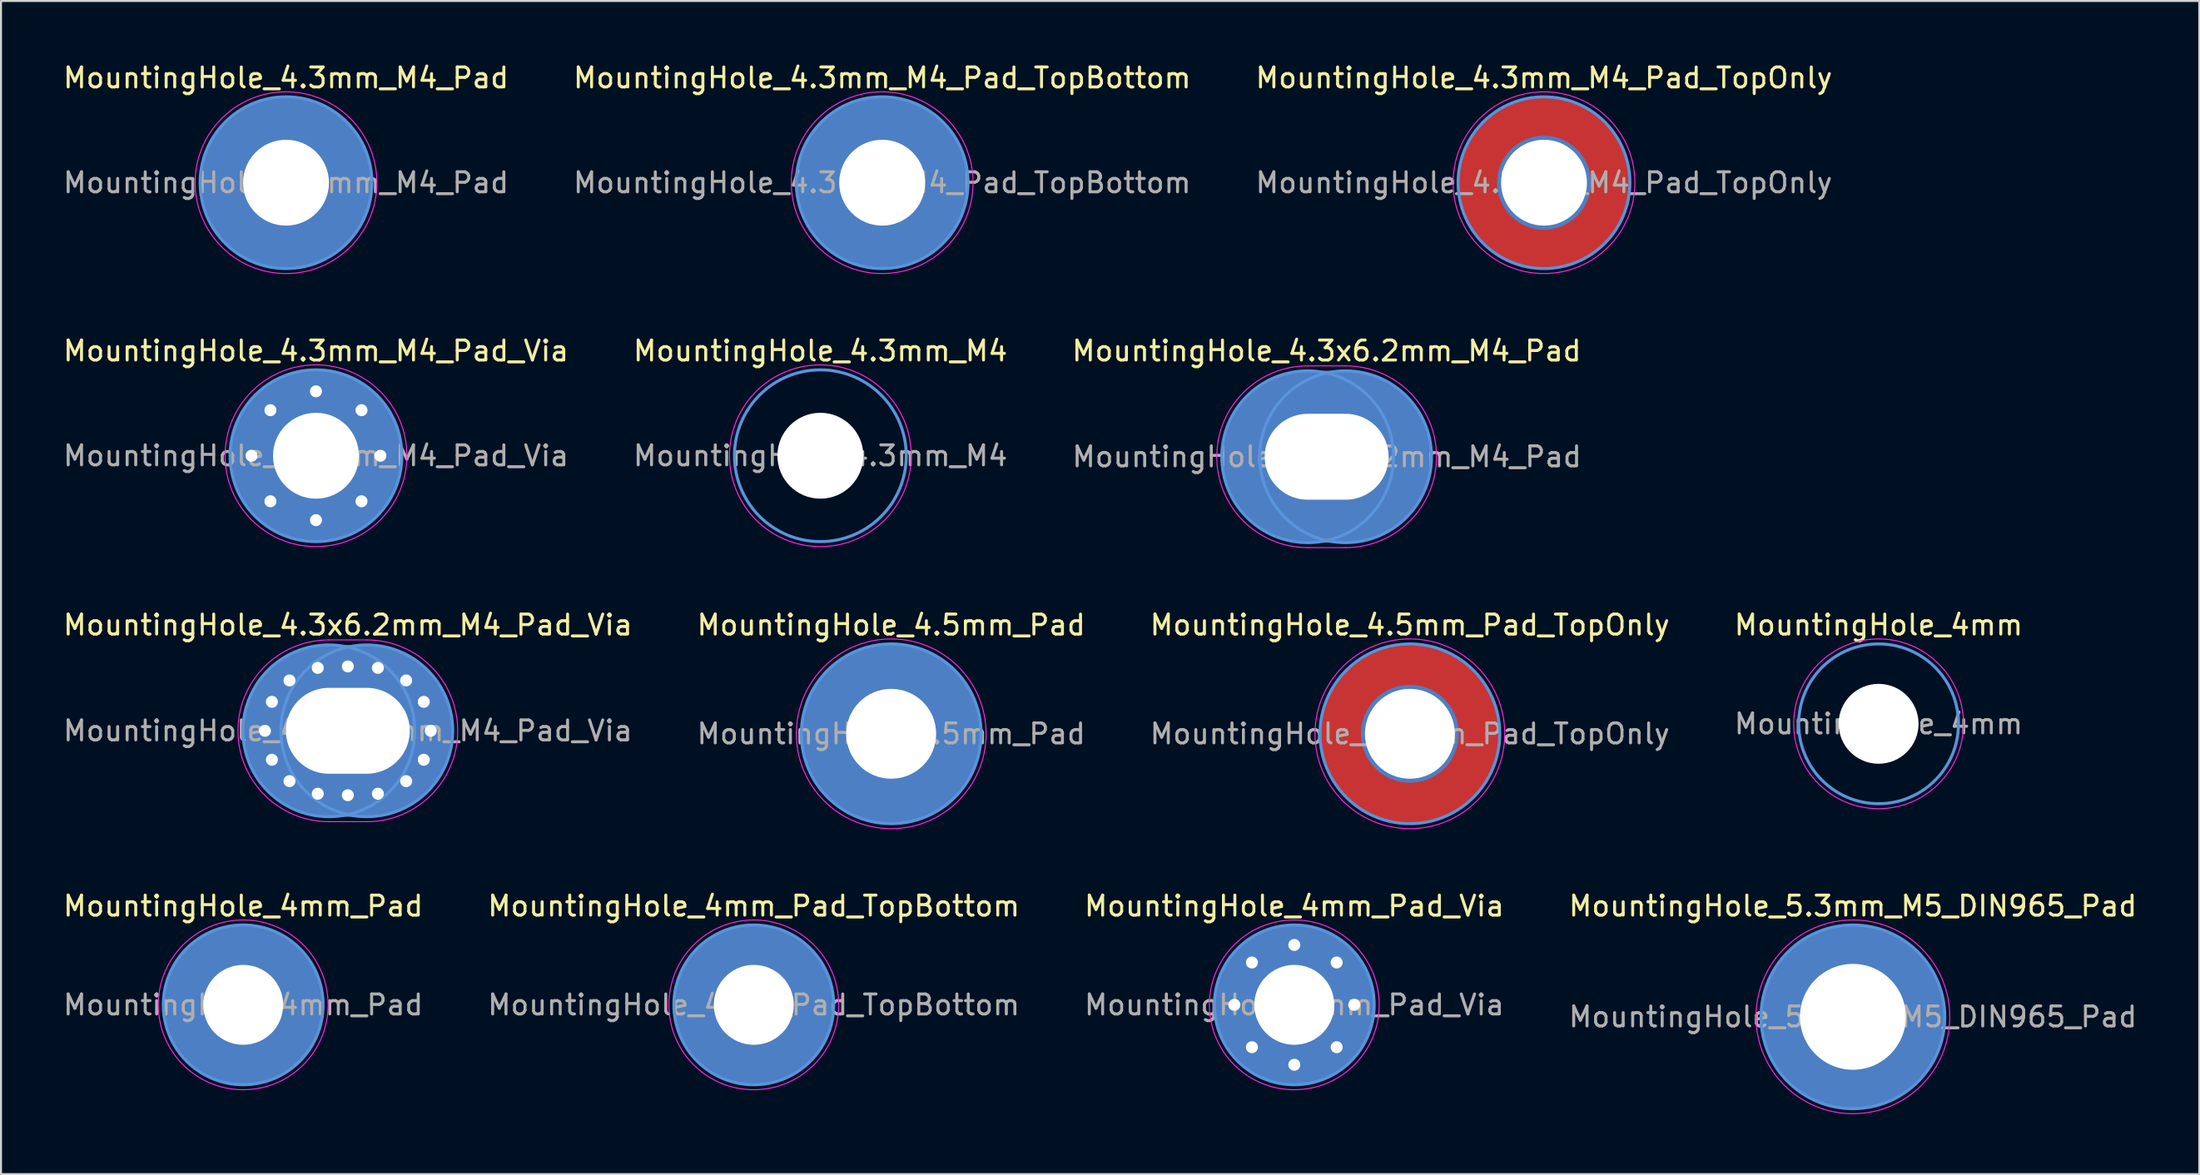
<source format=kicad_pcb>
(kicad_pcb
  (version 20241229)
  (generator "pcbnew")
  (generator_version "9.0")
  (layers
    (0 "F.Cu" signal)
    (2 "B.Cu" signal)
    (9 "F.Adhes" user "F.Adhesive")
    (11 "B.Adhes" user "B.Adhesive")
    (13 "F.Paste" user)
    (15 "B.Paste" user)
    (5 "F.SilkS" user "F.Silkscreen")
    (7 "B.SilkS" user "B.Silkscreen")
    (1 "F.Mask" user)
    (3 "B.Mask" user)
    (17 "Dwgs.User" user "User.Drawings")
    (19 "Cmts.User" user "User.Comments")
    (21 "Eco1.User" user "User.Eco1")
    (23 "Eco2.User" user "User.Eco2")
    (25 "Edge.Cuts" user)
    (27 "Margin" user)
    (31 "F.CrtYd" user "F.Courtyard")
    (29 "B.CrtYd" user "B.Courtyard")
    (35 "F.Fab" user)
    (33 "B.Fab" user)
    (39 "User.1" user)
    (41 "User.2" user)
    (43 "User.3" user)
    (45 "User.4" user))
  (footprint "MountingHole_4.3mm_M4_Pad_Via"
    (layer "F.Cu")
    (at 12.768 19.771)
    (property "Reference" "MountingHole_4.3mm_M4_Pad_Via" (at 0 -5.25 0) (layer "F.SilkS") (effects (font (size 1 1) (thickness 0.15))))
    (attr exclude_from_pos_files exclude_from_bom)
    (fp_circle (center 0 0) (end 4.3 0) (stroke (width 0.15) (type solid)) (fill no) (layer "Cmts.User"))
    (fp_circle (center 0 0) (end 4.55 0) (stroke (width 0.05) (type solid)) (fill no) (layer "F.CrtYd"))
    (fp_text user "${REFERENCE}" (at 0 0 0) (layer "F.Fab") (effects (font (size 1 1) (thickness 0.15))))
    (pad "1" thru_hole circle (at -3.225 0) (size 0.9 0.9) (drill 0.6) (layers "*.Cu" "*.Mask"))
    (pad "1" thru_hole circle (at -2.28 -2.28) (size 0.9 0.9) (drill 0.6) (layers "*.Cu" "*.Mask"))
    (pad "1" thru_hole circle (at -2.28 2.28) (size 0.9 0.9) (drill 0.6) (layers "*.Cu" "*.Mask"))
    (pad "1" thru_hole circle (at 0 -3.225) (size 0.9 0.9) (drill 0.6) (layers "*.Cu" "*.Mask"))
    (pad "1" thru_hole circle (at 0 0) (size 8.6 8.6) (drill 4.3) (layers "*.Cu" "*.Mask"))
    (pad "1" thru_hole circle (at 0 3.225) (size 0.9 0.9) (drill 0.6) (layers "*.Cu" "*.Mask"))
    (pad "1" thru_hole circle (at 2.28 -2.28) (size 0.9 0.9) (drill 0.6) (layers "*.Cu" "*.Mask"))
    (pad "1" thru_hole circle (at 2.28 2.28) (size 0.9 0.9) (drill 0.6) (layers "*.Cu" "*.Mask"))
    (pad "1" thru_hole circle (at 3.225 0) (size 0.9 0.9) (drill 0.6) (layers "*.Cu" "*.Mask")))
  (footprint "MountingHole_4mm"
    (layer "F.Cu")
    (at 90.994 33.195)
    (property "Reference" "MountingHole_4mm" (at 0 -4.95 0) (layer "F.SilkS") (effects (font (size 1 1) (thickness 0.15))))
    (attr exclude_from_pos_files exclude_from_bom)
    (fp_circle (center 0 0) (end 4 0) (stroke (width 0.15) (type solid)) (fill no) (layer "Cmts.User"))
    (fp_circle (center 0 0) (end 4.25 0) (stroke (width 0.05) (type solid)) (fill no) (layer "F.CrtYd"))
    (fp_text user "${REFERENCE}" (at 0 0 0) (layer "F.Fab") (effects (font (size 1 1) (thickness 0.15))))
    (pad "" np_thru_hole circle (at 0 0) (size 4 4) (drill 4) (layers "*.Cu" "*.Mask")))
  (footprint "MountingHole_5.3mm_M5_DIN965_Pad"
    (layer "F.Cu")
    (at 89.708 47.868)
    (property "Reference" "MountingHole_5.3mm_M5_DIN965_Pad" (at 0 -5.55 0) (layer "F.SilkS") (effects (font (size 1 1) (thickness 0.15))))
    (attr exclude_from_pos_files exclude_from_bom)
    (fp_circle (center 0 0) (end 4.6 0) (stroke (width 0.15) (type solid)) (fill no) (layer "Cmts.User"))
    (fp_circle (center 0 0) (end 4.85 0) (stroke (width 0.05) (type solid)) (fill no) (layer "F.CrtYd"))
    (fp_text user "${REFERENCE}" (at 0 0 0) (layer "F.Fab") (effects (font (size 1 1) (thickness 0.15))))
    (pad "1" thru_hole circle (at 0 0) (size 9.2 9.2) (drill 5.3) (layers "*.Cu" "*.Mask")))
  (footprint "MountingHole_4.5mm_Pad_TopOnly"
    (layer "F.Cu")
    (at 67.53 33.695)
    (property "Reference" "MountingHole_4.5mm_Pad_TopOnly" (at 0 -5.45 0) (layer "F.SilkS") (effects (font (size 1 1) (thickness 0.15))))
    (attr exclude_from_pos_files exclude_from_bom)
    (fp_circle (center 0 0) (end 4.5 0) (stroke (width 0.15) (type solid)) (fill no) (layer "Cmts.User"))
    (fp_circle (center 0 0) (end 4.75 0) (stroke (width 0.05) (type solid)) (fill no) (layer "F.CrtYd"))
    (fp_text user "${REFERENCE}" (at 0 0 0) (layer "F.Fab") (effects (font (size 1 1) (thickness 0.15))))
    (pad "1" thru_hole circle (at 0 0) (size 4.9 4.9) (drill 4.5) (layers "*.Cu" "*.Mask"))
    (pad "1" connect circle (at 0 0) (size 9 9) (layers "F.Cu" "F.Mask")))
  (footprint "MountingHole_4mm_Pad_TopBottom"
    (layer "F.Cu")
    (at 34.685 47.268)
    (property "Reference" "MountingHole_4mm_Pad_TopBottom" (at 0 -4.95 0) (layer "F.SilkS") (effects (font (size 1 1) (thickness 0.15))))
    (attr exclude_from_pos_files exclude_from_bom)
    (fp_circle (center 0 0) (end 4 0) (stroke (width 0.15) (type solid)) (fill no) (layer "Cmts.User"))
    (fp_circle (center 0 0) (end 4.25 0) (stroke (width 0.05) (type solid)) (fill no) (layer "F.CrtYd"))
    (fp_text user "${REFERENCE}" (at 0 0 0) (layer "F.Fab") (effects (font (size 1 1) (thickness 0.15))))
    (pad "1" thru_hole circle (at 0 0) (size 4.4 4.4) (drill 4) (layers "*.Cu" "*.Mask"))
    (pad "1" connect circle (at 0 0) (size 8 8) (layers "F.Cu" "F.Mask"))
    (pad "1" connect circle (at 0 0) (size 8 8) (layers "B.Cu" "B.Mask")))
  (footprint "MountingHole_4mm_Pad"
    (layer "F.Cu")
    (at 9.125 47.268)
    (property "Reference" "MountingHole_4mm_Pad" (at 0 -4.95 0) (layer "F.SilkS") (effects (font (size 1 1) (thickness 0.15))))
    (attr exclude_from_pos_files exclude_from_bom)
    (fp_circle (center 0 0) (end 4 0) (stroke (width 0.15) (type solid)) (fill no) (layer "Cmts.User"))
    (fp_circle (center 0 0) (end 4.25 0) (stroke (width 0.05) (type solid)) (fill no) (layer "F.CrtYd"))
    (fp_text user "${REFERENCE}" (at 0 0 0) (layer "F.Fab") (effects (font (size 1 1) (thickness 0.15))))
    (pad "1" thru_hole circle (at 0 0) (size 8 8) (drill 4) (layers "*.Cu" "*.Mask")))
  (footprint "MountingHole_4.3x6.2mm_M4_Pad"
    (layer "F.Cu")
    (at 63.363 19.822)
    (property "Reference" "MountingHole_4.3x6.2mm_M4_Pad" (at 0 -5.3 0) (layer "F.SilkS") (effects (font (size 1 1) (thickness 0.15))))
    (attr exclude_from_pos_files exclude_from_bom)
    (fp_circle (center -0.95 0) (end 3.35 0) (stroke (width 0.15) (type solid)) (fill no) (layer "Cmts.User"))
    (fp_circle (center 0.95 0) (end 5.25 0) (stroke (width 0.15) (type solid)) (fill no) (layer "Cmts.User"))
    (fp_line (start -0.95 -4.55) (end 0.95 -4.55) (stroke (width 0.05) (type solid)) (layer "F.CrtYd"))
    (fp_line (start 0.95 4.55) (end -0.95 4.55) (stroke (width 0.05) (type solid)) (layer "F.CrtYd"))
    (fp_arc (start -0.95 4.55) (mid -5.5 0) (end -0.95 -4.55) (stroke (width 0.05) (type solid)) (layer "F.CrtYd"))
    (fp_arc (start 0.95 -4.55) (mid 5.5 0) (end 0.95 4.55) (stroke (width 0.05) (type solid)) (layer "F.CrtYd"))
    (fp_text user "${REFERENCE}" (at 0.01 0 0) (layer "F.Fab") (effects (font (size 1 1) (thickness 0.15))))
    (pad "1" thru_hole oval (at 0 0) (size 10.4 8.6) (drill oval 6.2 4.3) (layers "*.Cu" "*.Mask")))
  (footprint "MountingHole_4.3mm_M4_Pad_TopBottom"
    (layer "F.Cu")
    (at 41.113 6.098)
    (property "Reference" "MountingHole_4.3mm_M4_Pad_TopBottom" (at 0 -5.25 0) (layer "F.SilkS") (effects (font (size 1 1) (thickness 0.15))))
    (attr exclude_from_pos_files exclude_from_bom)
    (fp_circle (center 0 0) (end 4.3 0) (stroke (width 0.15) (type solid)) (fill no) (layer "Cmts.User"))
    (fp_circle (center 0 0) (end 4.55 0) (stroke (width 0.05) (type solid)) (fill no) (layer "F.CrtYd"))
    (fp_text user "${REFERENCE}" (at 0 0 0) (layer "F.Fab") (effects (font (size 1 1) (thickness 0.15))))
    (pad "1" thru_hole circle (at 0 0) (size 4.7 4.7) (drill 4.3) (layers "*.Cu" "*.Mask"))
    (pad "1" connect circle (at 0 0) (size 8.6 8.6) (layers "F.Cu" "F.Mask"))
    (pad "1" connect circle (at 0 0) (size 8.6 8.6) (layers "B.Cu" "B.Mask")))
  (footprint "MountingHole_4mm_Pad_Via"
    (layer "F.Cu")
    (at 61.744 47.268)
    (property "Reference" "MountingHole_4mm_Pad_Via" (at 0 -4.95 0) (layer "F.SilkS") (effects (font (size 1 1) (thickness 0.15))))
    (attr exclude_from_pos_files exclude_from_bom)
    (fp_circle (center 0 0) (end 4 0) (stroke (width 0.15) (type solid)) (fill no) (layer "Cmts.User"))
    (fp_circle (center 0 0) (end 4.25 0) (stroke (width 0.05) (type solid)) (fill no) (layer "F.CrtYd"))
    (fp_text user "${REFERENCE}" (at 0 0 0) (layer "F.Fab") (effects (font (size 1 1) (thickness 0.15))))
    (pad "1" thru_hole circle (at -3 0) (size 0.9 0.9) (drill 0.6) (layers "*.Cu" "*.Mask"))
    (pad "1" thru_hole circle (at -2.121 -2.121) (size 0.9 0.9) (drill 0.6) (layers "*.Cu" "*.Mask"))
    (pad "1" thru_hole circle (at -2.121 2.121) (size 0.9 0.9) (drill 0.6) (layers "*.Cu" "*.Mask"))
    (pad "1" thru_hole circle (at 0 -3) (size 0.9 0.9) (drill 0.6) (layers "*.Cu" "*.Mask"))
    (pad "1" thru_hole circle (at 0 0) (size 8 8) (drill 4) (layers "*.Cu" "*.Mask"))
    (pad "1" thru_hole circle (at 0 3) (size 0.9 0.9) (drill 0.6) (layers "*.Cu" "*.Mask"))
    (pad "1" thru_hole circle (at 2.121 -2.121) (size 0.9 0.9) (drill 0.6) (layers "*.Cu" "*.Mask"))
    (pad "1" thru_hole circle (at 2.121 2.121) (size 0.9 0.9) (drill 0.6) (layers "*.Cu" "*.Mask"))
    (pad "1" thru_hole circle (at 3 0) (size 0.9 0.9) (drill 0.6) (layers "*.Cu" "*.Mask")))
  (footprint "MountingHole_4.3mm_M4_Pad"
    (layer "F.Cu")
    (at 11.268 6.098)
    (property "Reference" "MountingHole_4.3mm_M4_Pad" (at 0 -5.25 0) (layer "F.SilkS") (effects (font (size 1 1) (thickness 0.15))))
    (attr exclude_from_pos_files exclude_from_bom)
    (fp_circle (center 0 0) (end 4.3 0) (stroke (width 0.15) (type solid)) (fill no) (layer "Cmts.User"))
    (fp_circle (center 0 0) (end 4.55 0) (stroke (width 0.05) (type solid)) (fill no) (layer "F.CrtYd"))
    (fp_text user "${REFERENCE}" (at 0 0 0) (layer "F.Fab") (effects (font (size 1 1) (thickness 0.15))))
    (pad "1" thru_hole circle (at 0 0) (size 8.6 8.6) (drill 4.3) (layers "*.Cu" "*.Mask")))
  (footprint "MountingHole_4.3mm_M4"
    (layer "F.Cu")
    (at 38.018 19.771)
    (property "Reference" "MountingHole_4.3mm_M4" (at 0 -5.25 0) (layer "F.SilkS") (effects (font (size 1 1) (thickness 0.15))))
    (attr exclude_from_pos_files exclude_from_bom)
    (fp_circle (center 0 0) (end 4.3 0) (stroke (width 0.15) (type solid)) (fill no) (layer "Cmts.User"))
    (fp_circle (center 0 0) (end 4.55 0) (stroke (width 0.05) (type solid)) (fill no) (layer "F.CrtYd"))
    (fp_text user "${REFERENCE}" (at 0 0 0) (layer "F.Fab") (effects (font (size 1 1) (thickness 0.15))))
    (pad "" np_thru_hole circle (at 0 0) (size 4.3 4.3) (drill 4.3) (layers "*.Cu" "*.Mask")))
  (footprint "MountingHole_4.3x6.2mm_M4_Pad_Via"
    (layer "F.Cu")
    (at 14.363 33.545)
    (property "Reference" "MountingHole_4.3x6.2mm_M4_Pad_Via" (at 0 -5.3 0) (layer "F.SilkS") (effects (font (size 1 1) (thickness 0.15))))
    (attr exclude_from_pos_files exclude_from_bom)
    (fp_circle (center -0.95 0) (end 3.35 0) (stroke (width 0.15) (type solid)) (fill no) (layer "Cmts.User"))
    (fp_circle (center 0.95 0) (end 5.25 0) (stroke (width 0.15) (type solid)) (fill no) (layer "Cmts.User"))
    (fp_line (start -0.95 -4.55) (end 0.95 -4.55) (stroke (width 0.05) (type solid)) (layer "F.CrtYd"))
    (fp_line (start 0.95 4.55) (end -0.95 4.55) (stroke (width 0.05) (type solid)) (layer "F.CrtYd"))
    (fp_arc (start -0.95 4.55) (mid -5.5 0) (end -0.95 -4.55) (stroke (width 0.05) (type solid)) (layer "F.CrtYd"))
    (fp_arc (start 0.95 -4.55) (mid 5.5 0) (end 0.95 4.55) (stroke (width 0.05) (type solid)) (layer "F.CrtYd"))
    (fp_text user "${REFERENCE}" (at 0 0 0) (layer "F.Fab") (effects (font (size 1 1) (thickness 0.15))))
    (pad "1" thru_hole circle (at -4.15 0) (size 0.9 0.9) (drill 0.6) (layers "*.Cu" "*.Mask"))
    (pad "1" thru_hole circle (at -3.801 -1.45) (size 0.9 0.9) (drill 0.6) (layers "*.Cu" "*.Mask"))
    (pad "1" thru_hole circle (at -3.801 1.45) (size 0.9 0.9) (drill 0.6) (layers "*.Cu" "*.Mask"))
    (pad "1" thru_hole circle (at -2.92 -2.521) (size 0.9 0.9) (drill 0.6) (layers "*.Cu" "*.Mask"))
    (pad "1" thru_hole circle (at -2.92 2.521) (size 0.9 0.9) (drill 0.6) (layers "*.Cu" "*.Mask"))
    (pad "1" thru_hole circle (at -1.505 -3.151) (size 0.9 0.9) (drill 0.6) (layers "*.Cu" "*.Mask"))
    (pad "1" thru_hole circle (at -1.505 3.151) (size 0.9 0.9) (drill 0.6) (layers "*.Cu" "*.Mask"))
    (pad "1" thru_hole circle (at 0 -3.225) (size 0.9 0.9) (drill 0.6) (layers "*.Cu" "*.Mask"))
    (pad "1" thru_hole oval (at 0 0) (size 10.4 8.6) (drill oval 6.2 4.3) (layers "*.Cu" "*.Mask"))
    (pad "1" thru_hole circle (at 0 3.225) (size 0.9 0.9) (drill 0.6) (layers "*.Cu" "*.Mask"))
    (pad "1" thru_hole circle (at 1.505 -3.151) (size 0.9 0.9) (drill 0.6) (layers "*.Cu" "*.Mask"))
    (pad "1" thru_hole circle (at 1.505 3.151) (size 0.9 0.9) (drill 0.6) (layers "*.Cu" "*.Mask"))
    (pad "1" thru_hole circle (at 2.92 -2.521) (size 0.9 0.9) (drill 0.6) (layers "*.Cu" "*.Mask"))
    (pad "1" thru_hole circle (at 2.92 2.521) (size 0.9 0.9) (drill 0.6) (layers "*.Cu" "*.Mask"))
    (pad "1" thru_hole circle (at 3.801 -1.45) (size 0.9 0.9) (drill 0.6) (layers "*.Cu" "*.Mask"))
    (pad "1" thru_hole circle (at 3.801 1.45) (size 0.9 0.9) (drill 0.6) (layers "*.Cu" "*.Mask"))
    (pad "1" thru_hole circle (at 4.15 0) (size 0.9 0.9) (drill 0.6) (layers "*.Cu" "*.Mask")))
  (footprint "MountingHole_4.5mm_Pad"
    (layer "F.Cu")
    (at 41.565 33.695)
    (property "Reference" "MountingHole_4.5mm_Pad" (at 0 -5.45 0) (layer "F.SilkS") (effects (font (size 1 1) (thickness 0.15))))
    (attr exclude_from_pos_files exclude_from_bom)
    (fp_circle (center 0 0) (end 4.5 0) (stroke (width 0.15) (type solid)) (fill no) (layer "Cmts.User"))
    (fp_circle (center 0 0) (end 4.75 0) (stroke (width 0.05) (type solid)) (fill no) (layer "F.CrtYd"))
    (fp_text user "${REFERENCE}" (at 0 0 0) (layer "F.Fab") (effects (font (size 1 1) (thickness 0.15))))
    (pad "1" thru_hole circle (at 0 0) (size 9 9) (drill 4.5) (layers "*.Cu" "*.Mask")))
  (footprint "MountingHole_4.3mm_M4_Pad_TopOnly"
    (layer "F.Cu")
    (at 74.244 6.098)
    (property "Reference" "MountingHole_4.3mm_M4_Pad_TopOnly" (at 0 -5.25 0) (layer "F.SilkS") (effects (font (size 1 1) (thickness 0.15))))
    (attr exclude_from_pos_files exclude_from_bom)
    (fp_circle (center 0 0) (end 4.3 0) (stroke (width 0.15) (type solid)) (fill no) (layer "Cmts.User"))
    (fp_circle (center 0 0) (end 4.55 0) (stroke (width 0.05) (type solid)) (fill no) (layer "F.CrtYd"))
    (fp_text user "${REFERENCE}" (at 0 0 0) (layer "F.Fab") (effects (font (size 1 1) (thickness 0.15))))
    (pad "1" thru_hole circle (at 0 0) (size 4.7 4.7) (drill 4.3) (layers "*.Cu" "*.Mask"))
    (pad "1" connect circle (at 0 0) (size 8.6 8.6) (layers "F.Cu" "F.Mask")))
  (gr_rect
    (start -3 -3)
    (end 107.048 55.743)
    (stroke (width 0.1) (type default))
    (fill no)
    (layer "Edge.Cuts")))
</source>
